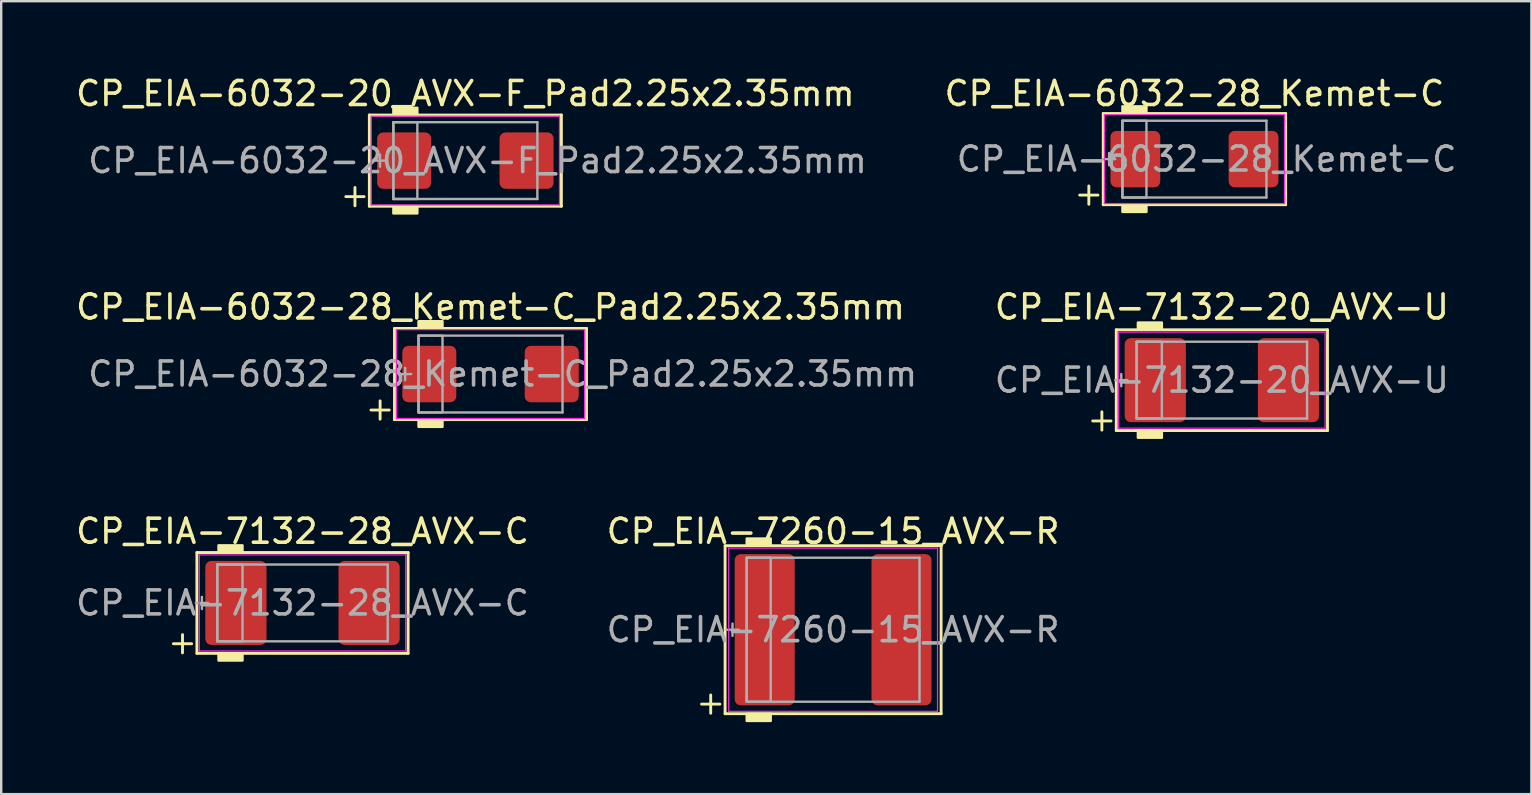
<source format=kicad_pcb>
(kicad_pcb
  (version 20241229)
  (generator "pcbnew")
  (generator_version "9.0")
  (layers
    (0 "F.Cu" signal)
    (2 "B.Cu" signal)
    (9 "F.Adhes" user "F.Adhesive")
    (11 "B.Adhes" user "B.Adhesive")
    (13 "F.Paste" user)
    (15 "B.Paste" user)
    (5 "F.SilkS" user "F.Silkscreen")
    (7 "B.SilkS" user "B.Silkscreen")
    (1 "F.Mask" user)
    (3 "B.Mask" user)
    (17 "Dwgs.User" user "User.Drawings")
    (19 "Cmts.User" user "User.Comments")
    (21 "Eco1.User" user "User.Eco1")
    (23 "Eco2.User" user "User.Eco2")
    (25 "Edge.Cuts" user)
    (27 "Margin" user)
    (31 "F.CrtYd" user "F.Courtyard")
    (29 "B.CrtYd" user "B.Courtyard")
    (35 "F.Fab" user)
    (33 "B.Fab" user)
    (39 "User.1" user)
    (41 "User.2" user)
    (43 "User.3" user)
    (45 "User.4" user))
  (footprint "CP_EIA-7260-15_AVX-R"
    (layer "F.Cu")
    (at 31.661 23.187)
    (property "Reference" "CP_EIA-7260-15_AVX-R" (at 0 -4.1 0) (layer "F.SilkS") (effects (font (size 1 1) (thickness 0.15))))
    (attr smd)
    (fp_line (start -5.481 3.1) (end -4.719 3.1) (stroke (width 0.12) (type solid)) (layer "F.SilkS"))
    (fp_line (start -5.1 2.719) (end -5.1 3.481) (stroke (width 0.12) (type solid)) (layer "F.SilkS"))
    (fp_line (start -4.5 -3.5) (end -4.5 3.5) (stroke (width 0.12) (type solid)) (layer "F.SilkS"))
    (fp_line (start -4.5 3.5) (end 4.5 3.5) (stroke (width 0.12) (type solid)) (layer "F.SilkS"))
    (fp_line (start 4.5 -3.5) (end -4.5 -3.5) (stroke (width 0.12) (type solid)) (layer "F.SilkS"))
    (fp_line (start 4.5 3.5) (end 4.5 -3.5) (stroke (width 0.12) (type solid)) (layer "F.SilkS"))
    (fp_poly (pts (xy -2.6 -3.5) (xy -3.6 -3.5) (xy -3.6 -3.8) (xy -2.6 -3.8)) (stroke (width 0.1) (type solid)) (fill yes) (layer "F.SilkS"))
    (fp_poly (pts (xy -2.6 3.8) (xy -3.6 3.8) (xy -3.6 3.5) (xy -2.6 3.5)) (stroke (width 0.1) (type solid)) (fill yes) (layer "F.SilkS"))
    (fp_line (start -4.35 -3.4) (end 4.35 -3.4) (stroke (width 0.05) (type solid)) (layer "F.CrtYd"))
    (fp_line (start -4.35 3.4) (end -4.35 -3.4) (stroke (width 0.05) (type solid)) (layer "F.CrtYd"))
    (fp_line (start 4.35 -3.4) (end 4.35 3.4) (stroke (width 0.05) (type solid)) (layer "F.CrtYd"))
    (fp_line (start 4.35 3.4) (end -4.35 3.4) (stroke (width 0.05) (type solid)) (layer "F.CrtYd"))
    (fp_line (start -4.191 -0.254) (end -4.191 0.254) (stroke (width 0.1) (type solid)) (layer "F.Fab"))
    (fp_line (start -3.937 0) (end -4.445 0) (stroke (width 0.1) (type solid)) (layer "F.Fab"))
    (fp_line (start -3.6 -3) (end -3.6 3) (stroke (width 0.1) (type solid)) (layer "F.Fab"))
    (fp_line (start -3.6 3) (end 3.6 3) (stroke (width 0.1) (type solid)) (layer "F.Fab"))
    (fp_line (start 3.6 -3) (end -3.6 -3) (stroke (width 0.1) (type solid)) (layer "F.Fab"))
    (fp_line (start 3.6 3) (end 3.6 -3) (stroke (width 0.1) (type solid)) (layer "F.Fab"))
    (fp_rect (start -3.6 -3) (end -2.6 3) (stroke (width 0.1) (type solid)) (fill no) (layer "F.Fab"))
    (fp_text user "${REFERENCE}" (at 0 0 0) (layer "F.Fab") (effects (font (size 1 1) (thickness 0.15))))
    (pad "1" smd roundrect (at -2.85 0) (size 2.5 6.3) (layers "F.Cu" "F.Mask" "F.Paste") (roundrect_rratio 0.1))
    (pad "2" smd roundrect (at 2.85 0) (size 2.5 6.3) (layers "F.Cu" "F.Mask" "F.Paste") (roundrect_rratio 0.1)))
  (footprint "CP_EIA-6032-20_AVX-F_Pad2.25x2.35mm"
    (layer "F.Cu")
    (at 16.339 3.642)
    (property "Reference" "CP_EIA-6032-20_AVX-F_Pad2.25x2.35mm" (at 0 -2.794 0) (layer "F.SilkS") (effects (font (size 1 1) (thickness 0.15))))
    (attr smd)
    (fp_line (start -4.981 1.5) (end -4.219 1.5) (stroke (width 0.12) (type solid)) (layer "F.SilkS"))
    (fp_line (start -4.6 1.119) (end -4.6 1.881) (stroke (width 0.12) (type solid)) (layer "F.SilkS"))
    (fp_line (start -4 -1.9) (end -4 1.9) (stroke (width 0.12) (type solid)) (layer "F.SilkS"))
    (fp_line (start -4 1.9) (end 4 1.9) (stroke (width 0.12) (type solid)) (layer "F.SilkS"))
    (fp_line (start 4 -1.9) (end -4 -1.9) (stroke (width 0.12) (type solid)) (layer "F.SilkS"))
    (fp_line (start 4 1.9) (end 4 -1.9) (stroke (width 0.12) (type solid)) (layer "F.SilkS"))
    (fp_poly (pts (xy -2 -1.9) (xy -3 -1.9) (xy -3 -2.2) (xy -2 -2.2)) (stroke (width 0.1) (type solid)) (fill yes) (layer "F.SilkS"))
    (fp_poly (pts (xy -2 2.2) (xy -3 2.2) (xy -3 1.9) (xy -2 1.9)) (stroke (width 0.1) (type solid)) (fill yes) (layer "F.SilkS"))
    (fp_line (start -3.92 -1.85) (end 3.92 -1.85) (stroke (width 0.05) (type solid)) (layer "F.CrtYd"))
    (fp_line (start -3.92 1.85) (end -3.92 -1.85) (stroke (width 0.05) (type solid)) (layer "F.CrtYd"))
    (fp_line (start 3.92 -1.85) (end 3.92 1.85) (stroke (width 0.05) (type solid)) (layer "F.CrtYd"))
    (fp_line (start 3.92 1.85) (end -3.92 1.85) (stroke (width 0.05) (type solid)) (layer "F.CrtYd"))
    (fp_line (start -3.556 -0.254) (end -3.556 0.254) (stroke (width 0.1) (type solid)) (layer "F.Fab"))
    (fp_line (start -3.302 0) (end -3.81 0) (stroke (width 0.1) (type solid)) (layer "F.Fab"))
    (fp_line (start -3 -1.6) (end -3 1.6) (stroke (width 0.1) (type solid)) (layer "F.Fab"))
    (fp_line (start -3 1.6) (end 3 1.6) (stroke (width 0.1) (type solid)) (layer "F.Fab"))
    (fp_line (start 3 -1.6) (end -3 -1.6) (stroke (width 0.1) (type solid)) (layer "F.Fab"))
    (fp_line (start 3 1.6) (end 3 -1.6) (stroke (width 0.1) (type solid)) (layer "F.Fab"))
    (fp_rect (start -3 -1.6) (end -2 1.6) (stroke (width 0.1) (type solid)) (fill no) (layer "F.Fab"))
    (fp_text user "${REFERENCE}" (at 0.508 0 0) (layer "F.Fab") (effects (font (size 1 1) (thickness 0.15))))
    (pad "1" smd roundrect (at -2.55 0) (size 2.25 2.35) (layers "F.Cu" "F.Mask" "F.Paste") (roundrect_rratio 0.111))
    (pad "2" smd roundrect (at 2.55 0) (size 2.25 2.35) (layers "F.Cu" "F.Mask" "F.Paste") (roundrect_rratio 0.111)))
  (footprint "CP_EIA-6032-28_Kemet-C_Pad2.25x2.35mm"
    (layer "F.Cu")
    (at 17.387 12.534)
    (property "Reference" "CP_EIA-6032-28_Kemet-C_Pad2.25x2.35mm" (at 0 -2.794 0) (layer "F.SilkS") (effects (font (size 1 1) (thickness 0.15))))
    (attr smd)
    (fp_line (start -4.981 1.5) (end -4.219 1.5) (stroke (width 0.12) (type solid)) (layer "F.SilkS"))
    (fp_line (start -4.6 1.119) (end -4.6 1.881) (stroke (width 0.12) (type solid)) (layer "F.SilkS"))
    (fp_line (start -4 -1.9) (end -4 1.9) (stroke (width 0.12) (type solid)) (layer "F.SilkS"))
    (fp_line (start -4 1.9) (end 4 1.9) (stroke (width 0.12) (type solid)) (layer "F.SilkS"))
    (fp_line (start 4 -1.9) (end -4 -1.9) (stroke (width 0.12) (type solid)) (layer "F.SilkS"))
    (fp_line (start 4 1.9) (end 4 -1.9) (stroke (width 0.12) (type solid)) (layer "F.SilkS"))
    (fp_poly (pts (xy -2 -1.9) (xy -3 -1.9) (xy -3 -2.2) (xy -2 -2.2)) (stroke (width 0.1) (type solid)) (fill yes) (layer "F.SilkS"))
    (fp_poly (pts (xy -2 2.2) (xy -3 2.2) (xy -3 1.9) (xy -2 1.9)) (stroke (width 0.1) (type solid)) (fill yes) (layer "F.SilkS"))
    (fp_line (start -3.92 -1.85) (end 3.92 -1.85) (stroke (width 0.05) (type solid)) (layer "F.CrtYd"))
    (fp_line (start -3.92 1.85) (end -3.92 -1.85) (stroke (width 0.05) (type solid)) (layer "F.CrtYd"))
    (fp_line (start 3.92 -1.85) (end 3.92 1.85) (stroke (width 0.05) (type solid)) (layer "F.CrtYd"))
    (fp_line (start 3.92 1.85) (end -3.92 1.85) (stroke (width 0.05) (type solid)) (layer "F.CrtYd"))
    (fp_line (start -3.556 -0.254) (end -3.556 0.254) (stroke (width 0.1) (type solid)) (layer "F.Fab"))
    (fp_line (start -3.302 0) (end -3.81 0) (stroke (width 0.1) (type solid)) (layer "F.Fab"))
    (fp_line (start -3 -1.6) (end -3 1.6) (stroke (width 0.1) (type solid)) (layer "F.Fab"))
    (fp_line (start -3 1.6) (end 3 1.6) (stroke (width 0.1) (type solid)) (layer "F.Fab"))
    (fp_line (start 3 -1.6) (end -3 -1.6) (stroke (width 0.1) (type solid)) (layer "F.Fab"))
    (fp_line (start 3 1.6) (end 3 -1.6) (stroke (width 0.1) (type solid)) (layer "F.Fab"))
    (fp_rect (start -3 -1.6) (end -2 1.6) (stroke (width 0.1) (type solid)) (fill no) (layer "F.Fab"))
    (fp_text user "${REFERENCE}" (at 0.508 0 0) (layer "F.Fab") (effects (font (size 1 1) (thickness 0.15))))
    (pad "1" smd roundrect (at -2.55 0) (size 2.25 2.35) (layers "F.Cu" "F.Mask" "F.Paste") (roundrect_rratio 0.111))
    (pad "2" smd roundrect (at 2.55 0) (size 2.25 2.35) (layers "F.Cu" "F.Mask" "F.Paste") (roundrect_rratio 0.111)))
  (footprint "CP_EIA-7132-28_AVX-C"
    (layer "F.Cu")
    (at 9.554 22.071)
    (property "Reference" "CP_EIA-7132-28_AVX-C" (at 0 -2.985 0) (layer "F.SilkS") (effects (font (size 1 1) (thickness 0.15))))
    (attr smd)
    (fp_line (start -5.381 1.7) (end -4.619 1.7) (stroke (width 0.12) (type solid)) (layer "F.SilkS"))
    (fp_line (start -5 1.319) (end -5 2.081) (stroke (width 0.12) (type solid)) (layer "F.SilkS"))
    (fp_line (start -4.4 -2.1) (end -4.4 2.1) (stroke (width 0.12) (type solid)) (layer "F.SilkS"))
    (fp_line (start -4.4 2.1) (end 4.4 2.1) (stroke (width 0.12) (type solid)) (layer "F.SilkS"))
    (fp_line (start 4.4 -2.1) (end -4.4 -2.1) (stroke (width 0.12) (type solid)) (layer "F.SilkS"))
    (fp_line (start 4.4 2.1) (end 4.4 -2.1) (stroke (width 0.12) (type solid)) (layer "F.SilkS"))
    (fp_poly (pts (xy -2.5 -2.1) (xy -3.5 -2.1) (xy -3.5 -2.4) (xy -2.5 -2.4)) (stroke (width 0.1) (type solid)) (fill yes) (layer "F.SilkS"))
    (fp_poly (pts (xy -2.5 2.4) (xy -3.5 2.4) (xy -3.5 2.1) (xy -2.5 2.1)) (stroke (width 0.1) (type solid)) (fill yes) (layer "F.SilkS"))
    (fp_line (start -4.3 -2) (end 4.3 -2) (stroke (width 0.05) (type solid)) (layer "F.CrtYd"))
    (fp_line (start -4.3 2) (end -4.3 -2) (stroke (width 0.05) (type solid)) (layer "F.CrtYd"))
    (fp_line (start 4.3 -2) (end 4.3 2) (stroke (width 0.05) (type solid)) (layer "F.CrtYd"))
    (fp_line (start 4.3 2) (end -4.3 2) (stroke (width 0.05) (type solid)) (layer "F.CrtYd"))
    (fp_line (start -4.191 -0.254) (end -4.191 0.254) (stroke (width 0.1) (type solid)) (layer "F.Fab"))
    (fp_line (start -3.937 0) (end -4.445 0) (stroke (width 0.1) (type solid)) (layer "F.Fab"))
    (fp_line (start -3.55 -1.6) (end -3.55 1.6) (stroke (width 0.1) (type solid)) (layer "F.Fab"))
    (fp_line (start -3.55 1.6) (end 3.55 1.6) (stroke (width 0.1) (type solid)) (layer "F.Fab"))
    (fp_line (start 3.55 -1.6) (end -3.55 -1.6) (stroke (width 0.1) (type solid)) (layer "F.Fab"))
    (fp_line (start 3.55 1.6) (end 3.55 -1.6) (stroke (width 0.1) (type solid)) (layer "F.Fab"))
    (fp_rect (start -3.55 -1.6) (end -2.5 1.6) (stroke (width 0.1) (type solid)) (fill no) (layer "F.Fab"))
    (fp_text user "${REFERENCE}" (at 0 0 0) (layer "F.Fab") (effects (font (size 1 1) (thickness 0.15))))
    (pad "1" smd roundrect (at -2.775 0) (size 2.55 3.5) (layers "F.Cu" "F.Mask" "F.Paste") (roundrect_rratio 0.098))
    (pad "2" smd roundrect (at 2.775 0) (size 2.55 3.5) (layers "F.Cu" "F.Mask" "F.Paste") (roundrect_rratio 0.098)))
  (footprint "CP_EIA-6032-28_Kemet-C"
    (layer "F.Cu")
    (at 46.716 3.579)
    (property "Reference" "CP_EIA-6032-28_Kemet-C" (at 0 -2.731 0) (layer "F.SilkS") (effects (font (size 1 1) (thickness 0.15))))
    (attr smd)
    (fp_line (start -4.781 1.5) (end -4.019 1.5) (stroke (width 0.12) (type solid)) (layer "F.SilkS"))
    (fp_line (start -4.4 1.119) (end -4.4 1.881) (stroke (width 0.12) (type solid)) (layer "F.SilkS"))
    (fp_line (start -3.8 -1.9) (end -3.8 1.9) (stroke (width 0.12) (type solid)) (layer "F.SilkS"))
    (fp_line (start -3.8 1.9) (end 3.8 1.9) (stroke (width 0.12) (type solid)) (layer "F.SilkS"))
    (fp_line (start 3.8 -1.9) (end -3.8 -1.9) (stroke (width 0.12) (type solid)) (layer "F.SilkS"))
    (fp_line (start 3.8 1.9) (end 3.8 -1.9) (stroke (width 0.12) (type solid)) (layer "F.SilkS"))
    (fp_poly (pts (xy -2 -1.9) (xy -3 -1.9) (xy -3 -2.2) (xy -2 -2.2)) (stroke (width 0.1) (type solid)) (fill yes) (layer "F.SilkS"))
    (fp_poly (pts (xy -2 2.2) (xy -3 2.2) (xy -3 1.9) (xy -2 1.9)) (stroke (width 0.1) (type solid)) (fill yes) (layer "F.SilkS"))
    (fp_line (start -3.75 -1.85) (end 3.75 -1.85) (stroke (width 0.05) (type solid)) (layer "F.CrtYd"))
    (fp_line (start -3.75 1.85) (end -3.75 -1.85) (stroke (width 0.05) (type solid)) (layer "F.CrtYd"))
    (fp_line (start 3.75 -1.85) (end 3.75 1.85) (stroke (width 0.05) (type solid)) (layer "F.CrtYd"))
    (fp_line (start 3.75 1.85) (end -3.75 1.85) (stroke (width 0.05) (type solid)) (layer "F.CrtYd"))
    (fp_line (start -3.556 -0.254) (end -3.556 0.254) (stroke (width 0.1) (type solid)) (layer "F.Fab"))
    (fp_line (start -3.302 0) (end -3.81 0) (stroke (width 0.1) (type solid)) (layer "F.Fab"))
    (fp_line (start -3 -1.6) (end -3 1.6) (stroke (width 0.1) (type solid)) (layer "F.Fab"))
    (fp_line (start -3 1.6) (end 3 1.6) (stroke (width 0.1) (type solid)) (layer "F.Fab"))
    (fp_line (start 3 -1.6) (end -3 -1.6) (stroke (width 0.1) (type solid)) (layer "F.Fab"))
    (fp_line (start 3 1.6) (end 3 -1.6) (stroke (width 0.1) (type solid)) (layer "F.Fab"))
    (fp_rect (start -3 -1.6) (end -2 1.6) (stroke (width 0.1) (type solid)) (fill no) (layer "F.Fab"))
    (fp_text user "${REFERENCE}" (at 0.508 0 0) (layer "F.Fab") (effects (font (size 1 1) (thickness 0.15))))
    (pad "1" smd roundrect (at -2.462 0) (size 2.075 2.35) (layers "F.Cu" "F.Mask" "F.Paste") (roundrect_rratio 0.12))
    (pad "2" smd roundrect (at 2.462 0) (size 2.075 2.35) (layers "F.Cu" "F.Mask" "F.Paste") (roundrect_rratio 0.12)))
  (footprint "CP_EIA-7132-20_AVX-U"
    (layer "F.Cu")
    (at 47.859 12.789)
    (property "Reference" "CP_EIA-7132-20_AVX-U" (at 0 -3.048 0) (layer "F.SilkS") (effects (font (size 1 1) (thickness 0.15))))
    (attr smd)
    (fp_line (start -5.381 1.7) (end -4.619 1.7) (stroke (width 0.12) (type solid)) (layer "F.SilkS"))
    (fp_line (start -5 1.319) (end -5 2.081) (stroke (width 0.12) (type solid)) (layer "F.SilkS"))
    (fp_line (start -4.4 -2.1) (end -4.4 2.1) (stroke (width 0.12) (type solid)) (layer "F.SilkS"))
    (fp_line (start -4.4 2.1) (end 4.4 2.1) (stroke (width 0.12) (type solid)) (layer "F.SilkS"))
    (fp_line (start 4.4 -2.1) (end -4.4 -2.1) (stroke (width 0.12) (type solid)) (layer "F.SilkS"))
    (fp_line (start 4.4 2.1) (end 4.4 -2.1) (stroke (width 0.12) (type solid)) (layer "F.SilkS"))
    (fp_poly (pts (xy -2.5 -2.1) (xy -3.5 -2.1) (xy -3.5 -2.4) (xy -2.5 -2.4)) (stroke (width 0.1) (type solid)) (fill yes) (layer "F.SilkS"))
    (fp_poly (pts (xy -2.5 2.4) (xy -3.5 2.4) (xy -3.5 2.1) (xy -2.5 2.1)) (stroke (width 0.1) (type solid)) (fill yes) (layer "F.SilkS"))
    (fp_line (start -4.3 -2) (end 4.3 -2) (stroke (width 0.05) (type solid)) (layer "F.CrtYd"))
    (fp_line (start -4.3 2) (end -4.3 -2) (stroke (width 0.05) (type solid)) (layer "F.CrtYd"))
    (fp_line (start 4.3 -2) (end 4.3 2) (stroke (width 0.05) (type solid)) (layer "F.CrtYd"))
    (fp_line (start 4.3 2) (end -4.3 2) (stroke (width 0.05) (type solid)) (layer "F.CrtYd"))
    (fp_line (start -4.191 -0.254) (end -4.191 0.254) (stroke (width 0.1) (type solid)) (layer "F.Fab"))
    (fp_line (start -3.937 0) (end -4.445 0) (stroke (width 0.1) (type solid)) (layer "F.Fab"))
    (fp_line (start -3.55 -1.6) (end -3.55 1.6) (stroke (width 0.1) (type solid)) (layer "F.Fab"))
    (fp_line (start -3.55 1.6) (end 3.55 1.6) (stroke (width 0.1) (type solid)) (layer "F.Fab"))
    (fp_line (start 3.55 -1.6) (end -3.55 -1.6) (stroke (width 0.1) (type solid)) (layer "F.Fab"))
    (fp_line (start 3.55 1.6) (end 3.55 -1.6) (stroke (width 0.1) (type solid)) (layer "F.Fab"))
    (fp_rect (start -3.55 -1.6) (end -2.5 1.6) (stroke (width 0.1) (type solid)) (fill no) (layer "F.Fab"))
    (fp_text user "${REFERENCE}" (at 0 0 0) (layer "F.Fab") (effects (font (size 1 1) (thickness 0.15))))
    (pad "1" smd roundrect (at -2.775 0) (size 2.55 3.5) (layers "F.Cu" "F.Mask" "F.Paste") (roundrect_rratio 0.098))
    (pad "2" smd roundrect (at 2.775 0) (size 2.55 3.5) (layers "F.Cu" "F.Mask" "F.Paste") (roundrect_rratio 0.098)))
  (gr_rect
    (start -3 -3)
    (end 60.754 30.037)
    (stroke (width 0.1) (type default))
    (fill no)
    (layer "Edge.Cuts")))
</source>
